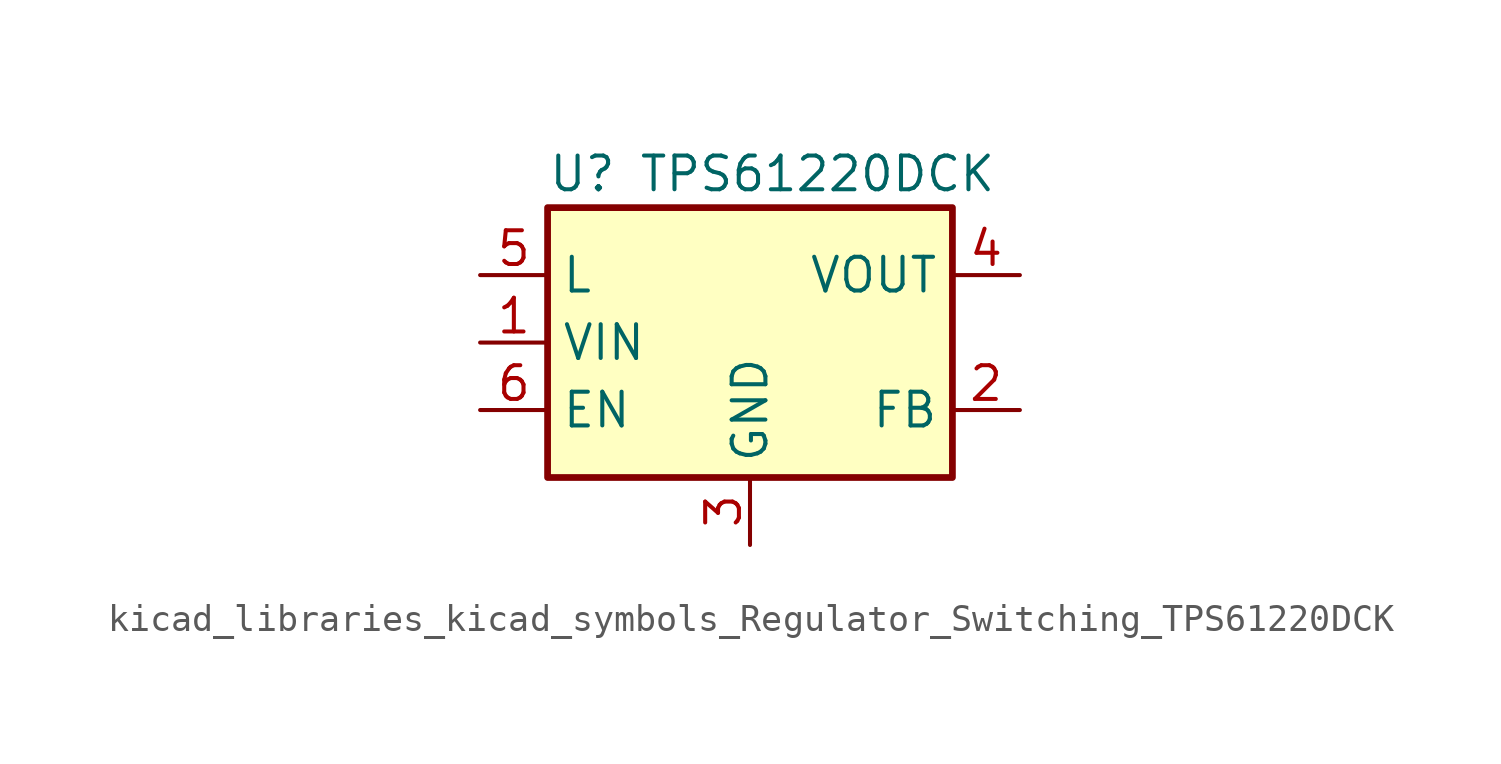
<source format=kicad_sym>
(kicad_symbol_lib
  (version 20220914)
  (generator kicad_symbol_editor)
  (symbol "kicad_libraries_kicad_symbols_Regulator_Switching_TPS61220DCK"
    (property "Reference" "U"
      (at -7.62 6.35 0)
      (effects (font (size 1.27 1.27)) (justify left)))
    (property "Value" "TPS61220DCK"
      (at 2.54 6.35 0)
      (effects (font (size 1.27 1.27))))
    (symbol "kicad_libraries_kicad_symbols_Regulator_Switching_TPS61220DCK_0_1"
      (rectangle (start -7.62 5.08) (end 7.62 -5.08) (stroke (width 0.254) (type default)) (fill (type background))))
    (symbol "kicad_libraries_kicad_symbols_Regulator_Switching_TPS61220DCK_1_1"
      (pin power_in line (at -10.16 0 0) (length 2.54) (name "VIN" (effects (font (size 1.27 1.27)))) (number "1" (effects (font (size 1.27 1.27)))))
      (pin input line (at 10.16 -2.54 180) (length 2.54) (name "FB" (effects (font (size 1.27 1.27)))) (number "2" (effects (font (size 1.27 1.27)))))
      (pin power_in line (at 0 -7.62 90) (length 2.54) (name "GND" (effects (font (size 1.27 1.27)))) (number "3" (effects (font (size 1.27 1.27)))))
      (pin power_out line (at 10.16 2.54 180) (length 2.54) (name "VOUT" (effects (font (size 1.27 1.27)))) (number "4" (effects (font (size 1.27 1.27)))))
      (pin power_in line (at -10.16 2.54 0) (length 2.54) (name "L" (effects (font (size 1.27 1.27)))) (number "5" (effects (font (size 1.27 1.27)))))
      (pin input line (at -10.16 -2.54 0) (length 2.54) (name "EN" (effects (font (size 1.27 1.27)))) (number "6" (effects (font (size 1.27 1.27))))))))
</source>
